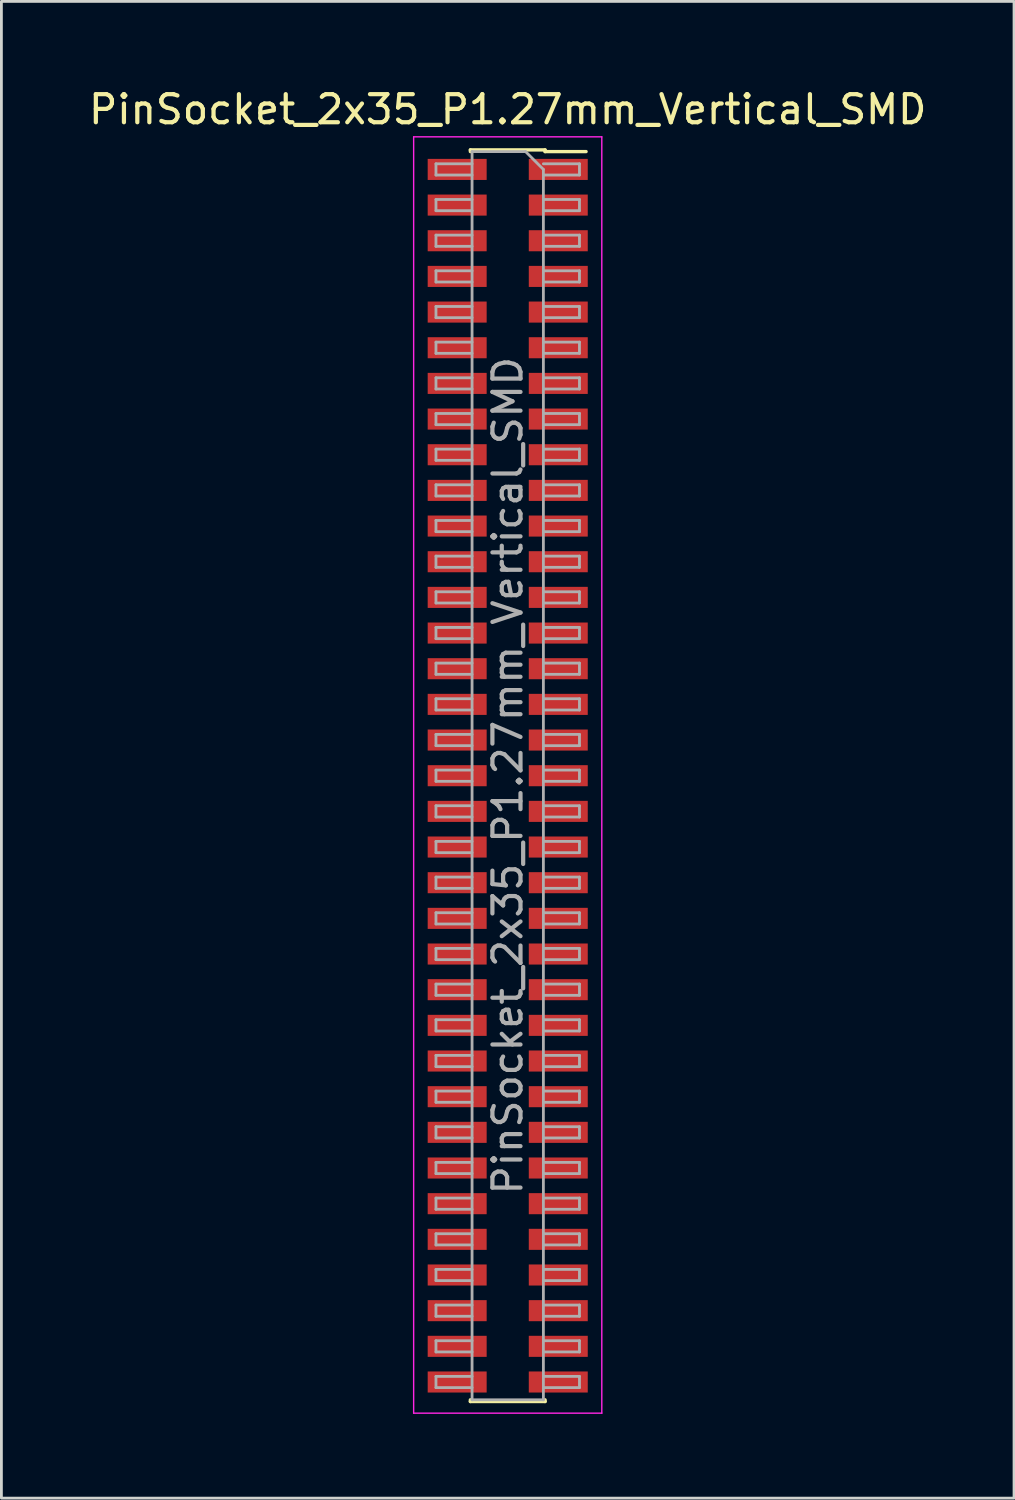
<source format=kicad_pcb>
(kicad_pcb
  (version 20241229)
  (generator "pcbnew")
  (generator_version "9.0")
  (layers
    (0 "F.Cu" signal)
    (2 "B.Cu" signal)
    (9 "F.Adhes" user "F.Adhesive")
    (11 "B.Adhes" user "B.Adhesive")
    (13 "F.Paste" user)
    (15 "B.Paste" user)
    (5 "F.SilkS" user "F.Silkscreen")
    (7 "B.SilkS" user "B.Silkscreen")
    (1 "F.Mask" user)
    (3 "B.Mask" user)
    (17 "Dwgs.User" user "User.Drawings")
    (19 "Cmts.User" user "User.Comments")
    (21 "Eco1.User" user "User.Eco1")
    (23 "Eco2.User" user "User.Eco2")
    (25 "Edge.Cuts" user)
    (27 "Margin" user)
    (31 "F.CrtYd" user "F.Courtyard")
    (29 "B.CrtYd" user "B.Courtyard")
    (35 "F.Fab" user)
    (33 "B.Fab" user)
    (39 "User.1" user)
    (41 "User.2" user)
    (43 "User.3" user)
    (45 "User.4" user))
  (footprint "PinSocket_2x35_P1.27mm_Vertical_SMD"
    (layer "F.Cu")
    (at 15.03 24.573)
    (property "Reference" "PinSocket_2x35_P1.27mm_Vertical_SMD" (at 0 -23.725 0) (layer "F.SilkS") (effects (font (size 1 1) (thickness 0.15))))
    (attr smd)
    (fp_line (start -1.33 -22.285) (end -1.33 -22.225) (stroke (width 0.12) (type solid)) (layer "F.SilkS"))
    (fp_line (start -1.33 -22.285) (end 1.33 -22.285) (stroke (width 0.12) (type solid)) (layer "F.SilkS"))
    (fp_line (start -1.33 22.225) (end -1.33 22.285) (stroke (width 0.12) (type solid)) (layer "F.SilkS"))
    (fp_line (start -1.33 22.285) (end 1.33 22.285) (stroke (width 0.12) (type solid)) (layer "F.SilkS"))
    (fp_line (start 1.33 -22.285) (end 1.33 -22.225) (stroke (width 0.12) (type solid)) (layer "F.SilkS"))
    (fp_line (start 1.33 -22.225) (end 2.79 -22.225) (stroke (width 0.12) (type solid)) (layer "F.SilkS"))
    (fp_line (start 1.33 22.225) (end 1.33 22.285) (stroke (width 0.12) (type solid)) (layer "F.SilkS"))
    (fp_line (start -3.35 -22.75) (end 3.35 -22.75) (stroke (width 0.05) (type solid)) (layer "F.CrtYd"))
    (fp_line (start -3.35 22.7) (end -3.35 -22.75) (stroke (width 0.05) (type solid)) (layer "F.CrtYd"))
    (fp_line (start 3.35 -22.75) (end 3.35 22.7) (stroke (width 0.05) (type solid)) (layer "F.CrtYd"))
    (fp_line (start 3.35 22.7) (end -3.35 22.7) (stroke (width 0.05) (type solid)) (layer "F.CrtYd"))
    (fp_line (start -2.555 -21.79) (end -1.27 -21.79) (stroke (width 0.1) (type solid)) (layer "F.Fab"))
    (fp_line (start -2.555 -21.39) (end -2.555 -21.79) (stroke (width 0.1) (type solid)) (layer "F.Fab"))
    (fp_line (start -2.555 -20.52) (end -1.27 -20.52) (stroke (width 0.1) (type solid)) (layer "F.Fab"))
    (fp_line (start -2.555 -20.12) (end -2.555 -20.52) (stroke (width 0.1) (type solid)) (layer "F.Fab"))
    (fp_line (start -2.555 -19.25) (end -1.27 -19.25) (stroke (width 0.1) (type solid)) (layer "F.Fab"))
    (fp_line (start -2.555 -18.85) (end -2.555 -19.25) (stroke (width 0.1) (type solid)) (layer "F.Fab"))
    (fp_line (start -2.555 -17.98) (end -1.27 -17.98) (stroke (width 0.1) (type solid)) (layer "F.Fab"))
    (fp_line (start -2.555 -17.58) (end -2.555 -17.98) (stroke (width 0.1) (type solid)) (layer "F.Fab"))
    (fp_line (start -2.555 -16.71) (end -1.27 -16.71) (stroke (width 0.1) (type solid)) (layer "F.Fab"))
    (fp_line (start -2.555 -16.31) (end -2.555 -16.71) (stroke (width 0.1) (type solid)) (layer "F.Fab"))
    (fp_line (start -2.555 -15.44) (end -1.27 -15.44) (stroke (width 0.1) (type solid)) (layer "F.Fab"))
    (fp_line (start -2.555 -15.04) (end -2.555 -15.44) (stroke (width 0.1) (type solid)) (layer "F.Fab"))
    (fp_line (start -2.555 -14.17) (end -1.27 -14.17) (stroke (width 0.1) (type solid)) (layer "F.Fab"))
    (fp_line (start -2.555 -13.77) (end -2.555 -14.17) (stroke (width 0.1) (type solid)) (layer "F.Fab"))
    (fp_line (start -2.555 -12.9) (end -1.27 -12.9) (stroke (width 0.1) (type solid)) (layer "F.Fab"))
    (fp_line (start -2.555 -12.5) (end -2.555 -12.9) (stroke (width 0.1) (type solid)) (layer "F.Fab"))
    (fp_line (start -2.555 -11.63) (end -1.27 -11.63) (stroke (width 0.1) (type solid)) (layer "F.Fab"))
    (fp_line (start -2.555 -11.23) (end -2.555 -11.63) (stroke (width 0.1) (type solid)) (layer "F.Fab"))
    (fp_line (start -2.555 -10.36) (end -1.27 -10.36) (stroke (width 0.1) (type solid)) (layer "F.Fab"))
    (fp_line (start -2.555 -9.96) (end -2.555 -10.36) (stroke (width 0.1) (type solid)) (layer "F.Fab"))
    (fp_line (start -2.555 -9.09) (end -1.27 -9.09) (stroke (width 0.1) (type solid)) (layer "F.Fab"))
    (fp_line (start -2.555 -8.69) (end -2.555 -9.09) (stroke (width 0.1) (type solid)) (layer "F.Fab"))
    (fp_line (start -2.555 -7.82) (end -1.27 -7.82) (stroke (width 0.1) (type solid)) (layer "F.Fab"))
    (fp_line (start -2.555 -7.42) (end -2.555 -7.82) (stroke (width 0.1) (type solid)) (layer "F.Fab"))
    (fp_line (start -2.555 -6.55) (end -1.27 -6.55) (stroke (width 0.1) (type solid)) (layer "F.Fab"))
    (fp_line (start -2.555 -6.15) (end -2.555 -6.55) (stroke (width 0.1) (type solid)) (layer "F.Fab"))
    (fp_line (start -2.555 -5.28) (end -1.27 -5.28) (stroke (width 0.1) (type solid)) (layer "F.Fab"))
    (fp_line (start -2.555 -4.88) (end -2.555 -5.28) (stroke (width 0.1) (type solid)) (layer "F.Fab"))
    (fp_line (start -2.555 -4.01) (end -1.27 -4.01) (stroke (width 0.1) (type solid)) (layer "F.Fab"))
    (fp_line (start -2.555 -3.61) (end -2.555 -4.01) (stroke (width 0.1) (type solid)) (layer "F.Fab"))
    (fp_line (start -2.555 -2.74) (end -1.27 -2.74) (stroke (width 0.1) (type solid)) (layer "F.Fab"))
    (fp_line (start -2.555 -2.34) (end -2.555 -2.74) (stroke (width 0.1) (type solid)) (layer "F.Fab"))
    (fp_line (start -2.555 -1.47) (end -1.27 -1.47) (stroke (width 0.1) (type solid)) (layer "F.Fab"))
    (fp_line (start -2.555 -1.07) (end -2.555 -1.47) (stroke (width 0.1) (type solid)) (layer "F.Fab"))
    (fp_line (start -2.555 -0.2) (end -1.27 -0.2) (stroke (width 0.1) (type solid)) (layer "F.Fab"))
    (fp_line (start -2.555 0.2) (end -2.555 -0.2) (stroke (width 0.1) (type solid)) (layer "F.Fab"))
    (fp_line (start -2.555 1.07) (end -1.27 1.07) (stroke (width 0.1) (type solid)) (layer "F.Fab"))
    (fp_line (start -2.555 1.47) (end -2.555 1.07) (stroke (width 0.1) (type solid)) (layer "F.Fab"))
    (fp_line (start -2.555 2.34) (end -1.27 2.34) (stroke (width 0.1) (type solid)) (layer "F.Fab"))
    (fp_line (start -2.555 2.74) (end -2.555 2.34) (stroke (width 0.1) (type solid)) (layer "F.Fab"))
    (fp_line (start -2.555 3.61) (end -1.27 3.61) (stroke (width 0.1) (type solid)) (layer "F.Fab"))
    (fp_line (start -2.555 4.01) (end -2.555 3.61) (stroke (width 0.1) (type solid)) (layer "F.Fab"))
    (fp_line (start -2.555 4.88) (end -1.27 4.88) (stroke (width 0.1) (type solid)) (layer "F.Fab"))
    (fp_line (start -2.555 5.28) (end -2.555 4.88) (stroke (width 0.1) (type solid)) (layer "F.Fab"))
    (fp_line (start -2.555 6.15) (end -1.27 6.15) (stroke (width 0.1) (type solid)) (layer "F.Fab"))
    (fp_line (start -2.555 6.55) (end -2.555 6.15) (stroke (width 0.1) (type solid)) (layer "F.Fab"))
    (fp_line (start -2.555 7.42) (end -1.27 7.42) (stroke (width 0.1) (type solid)) (layer "F.Fab"))
    (fp_line (start -2.555 7.82) (end -2.555 7.42) (stroke (width 0.1) (type solid)) (layer "F.Fab"))
    (fp_line (start -2.555 8.69) (end -1.27 8.69) (stroke (width 0.1) (type solid)) (layer "F.Fab"))
    (fp_line (start -2.555 9.09) (end -2.555 8.69) (stroke (width 0.1) (type solid)) (layer "F.Fab"))
    (fp_line (start -2.555 9.96) (end -1.27 9.96) (stroke (width 0.1) (type solid)) (layer "F.Fab"))
    (fp_line (start -2.555 10.36) (end -2.555 9.96) (stroke (width 0.1) (type solid)) (layer "F.Fab"))
    (fp_line (start -2.555 11.23) (end -1.27 11.23) (stroke (width 0.1) (type solid)) (layer "F.Fab"))
    (fp_line (start -2.555 11.63) (end -2.555 11.23) (stroke (width 0.1) (type solid)) (layer "F.Fab"))
    (fp_line (start -2.555 12.5) (end -1.27 12.5) (stroke (width 0.1) (type solid)) (layer "F.Fab"))
    (fp_line (start -2.555 12.9) (end -2.555 12.5) (stroke (width 0.1) (type solid)) (layer "F.Fab"))
    (fp_line (start -2.555 13.77) (end -1.27 13.77) (stroke (width 0.1) (type solid)) (layer "F.Fab"))
    (fp_line (start -2.555 14.17) (end -2.555 13.77) (stroke (width 0.1) (type solid)) (layer "F.Fab"))
    (fp_line (start -2.555 15.04) (end -1.27 15.04) (stroke (width 0.1) (type solid)) (layer "F.Fab"))
    (fp_line (start -2.555 15.44) (end -2.555 15.04) (stroke (width 0.1) (type solid)) (layer "F.Fab"))
    (fp_line (start -2.555 16.31) (end -1.27 16.31) (stroke (width 0.1) (type solid)) (layer "F.Fab"))
    (fp_line (start -2.555 16.71) (end -2.555 16.31) (stroke (width 0.1) (type solid)) (layer "F.Fab"))
    (fp_line (start -2.555 17.58) (end -1.27 17.58) (stroke (width 0.1) (type solid)) (layer "F.Fab"))
    (fp_line (start -2.555 17.98) (end -2.555 17.58) (stroke (width 0.1) (type solid)) (layer "F.Fab"))
    (fp_line (start -2.555 18.85) (end -1.27 18.85) (stroke (width 0.1) (type solid)) (layer "F.Fab"))
    (fp_line (start -2.555 19.25) (end -2.555 18.85) (stroke (width 0.1) (type solid)) (layer "F.Fab"))
    (fp_line (start -2.555 20.12) (end -1.27 20.12) (stroke (width 0.1) (type solid)) (layer "F.Fab"))
    (fp_line (start -2.555 20.52) (end -2.555 20.12) (stroke (width 0.1) (type solid)) (layer "F.Fab"))
    (fp_line (start -2.555 21.39) (end -1.27 21.39) (stroke (width 0.1) (type solid)) (layer "F.Fab"))
    (fp_line (start -2.555 21.79) (end -2.555 21.39) (stroke (width 0.1) (type solid)) (layer "F.Fab"))
    (fp_line (start -1.27 -22.225) (end 0.635 -22.225) (stroke (width 0.1) (type solid)) (layer "F.Fab"))
    (fp_line (start -1.27 -21.39) (end -2.555 -21.39) (stroke (width 0.1) (type solid)) (layer "F.Fab"))
    (fp_line (start -1.27 -20.12) (end -2.555 -20.12) (stroke (width 0.1) (type solid)) (layer "F.Fab"))
    (fp_line (start -1.27 -18.85) (end -2.555 -18.85) (stroke (width 0.1) (type solid)) (layer "F.Fab"))
    (fp_line (start -1.27 -17.58) (end -2.555 -17.58) (stroke (width 0.1) (type solid)) (layer "F.Fab"))
    (fp_line (start -1.27 -16.31) (end -2.555 -16.31) (stroke (width 0.1) (type solid)) (layer "F.Fab"))
    (fp_line (start -1.27 -15.04) (end -2.555 -15.04) (stroke (width 0.1) (type solid)) (layer "F.Fab"))
    (fp_line (start -1.27 -13.77) (end -2.555 -13.77) (stroke (width 0.1) (type solid)) (layer "F.Fab"))
    (fp_line (start -1.27 -12.5) (end -2.555 -12.5) (stroke (width 0.1) (type solid)) (layer "F.Fab"))
    (fp_line (start -1.27 -11.23) (end -2.555 -11.23) (stroke (width 0.1) (type solid)) (layer "F.Fab"))
    (fp_line (start -1.27 -9.96) (end -2.555 -9.96) (stroke (width 0.1) (type solid)) (layer "F.Fab"))
    (fp_line (start -1.27 -8.69) (end -2.555 -8.69) (stroke (width 0.1) (type solid)) (layer "F.Fab"))
    (fp_line (start -1.27 -7.42) (end -2.555 -7.42) (stroke (width 0.1) (type solid)) (layer "F.Fab"))
    (fp_line (start -1.27 -6.15) (end -2.555 -6.15) (stroke (width 0.1) (type solid)) (layer "F.Fab"))
    (fp_line (start -1.27 -4.88) (end -2.555 -4.88) (stroke (width 0.1) (type solid)) (layer "F.Fab"))
    (fp_line (start -1.27 -3.61) (end -2.555 -3.61) (stroke (width 0.1) (type solid)) (layer "F.Fab"))
    (fp_line (start -1.27 -2.34) (end -2.555 -2.34) (stroke (width 0.1) (type solid)) (layer "F.Fab"))
    (fp_line (start -1.27 -1.07) (end -2.555 -1.07) (stroke (width 0.1) (type solid)) (layer "F.Fab"))
    (fp_line (start -1.27 0.2) (end -2.555 0.2) (stroke (width 0.1) (type solid)) (layer "F.Fab"))
    (fp_line (start -1.27 1.47) (end -2.555 1.47) (stroke (width 0.1) (type solid)) (layer "F.Fab"))
    (fp_line (start -1.27 2.74) (end -2.555 2.74) (stroke (width 0.1) (type solid)) (layer "F.Fab"))
    (fp_line (start -1.27 4.01) (end -2.555 4.01) (stroke (width 0.1) (type solid)) (layer "F.Fab"))
    (fp_line (start -1.27 5.28) (end -2.555 5.28) (stroke (width 0.1) (type solid)) (layer "F.Fab"))
    (fp_line (start -1.27 6.55) (end -2.555 6.55) (stroke (width 0.1) (type solid)) (layer "F.Fab"))
    (fp_line (start -1.27 7.82) (end -2.555 7.82) (stroke (width 0.1) (type solid)) (layer "F.Fab"))
    (fp_line (start -1.27 9.09) (end -2.555 9.09) (stroke (width 0.1) (type solid)) (layer "F.Fab"))
    (fp_line (start -1.27 10.36) (end -2.555 10.36) (stroke (width 0.1) (type solid)) (layer "F.Fab"))
    (fp_line (start -1.27 11.63) (end -2.555 11.63) (stroke (width 0.1) (type solid)) (layer "F.Fab"))
    (fp_line (start -1.27 12.9) (end -2.555 12.9) (stroke (width 0.1) (type solid)) (layer "F.Fab"))
    (fp_line (start -1.27 14.17) (end -2.555 14.17) (stroke (width 0.1) (type solid)) (layer "F.Fab"))
    (fp_line (start -1.27 15.44) (end -2.555 15.44) (stroke (width 0.1) (type solid)) (layer "F.Fab"))
    (fp_line (start -1.27 16.71) (end -2.555 16.71) (stroke (width 0.1) (type solid)) (layer "F.Fab"))
    (fp_line (start -1.27 17.98) (end -2.555 17.98) (stroke (width 0.1) (type solid)) (layer "F.Fab"))
    (fp_line (start -1.27 19.25) (end -2.555 19.25) (stroke (width 0.1) (type solid)) (layer "F.Fab"))
    (fp_line (start -1.27 20.52) (end -2.555 20.52) (stroke (width 0.1) (type solid)) (layer "F.Fab"))
    (fp_line (start -1.27 21.79) (end -2.555 21.79) (stroke (width 0.1) (type solid)) (layer "F.Fab"))
    (fp_line (start -1.27 22.225) (end -1.27 -22.225) (stroke (width 0.1) (type solid)) (layer "F.Fab"))
    (fp_line (start 0.635 -22.225) (end 1.27 -21.59) (stroke (width 0.1) (type solid)) (layer "F.Fab"))
    (fp_line (start 1.27 -21.79) (end 2.555 -21.79) (stroke (width 0.1) (type solid)) (layer "F.Fab"))
    (fp_line (start 1.27 -21.59) (end 1.27 22.225) (stroke (width 0.1) (type solid)) (layer "F.Fab"))
    (fp_line (start 1.27 -20.52) (end 2.555 -20.52) (stroke (width 0.1) (type solid)) (layer "F.Fab"))
    (fp_line (start 1.27 -19.25) (end 2.555 -19.25) (stroke (width 0.1) (type solid)) (layer "F.Fab"))
    (fp_line (start 1.27 -17.98) (end 2.555 -17.98) (stroke (width 0.1) (type solid)) (layer "F.Fab"))
    (fp_line (start 1.27 -16.71) (end 2.555 -16.71) (stroke (width 0.1) (type solid)) (layer "F.Fab"))
    (fp_line (start 1.27 -15.44) (end 2.555 -15.44) (stroke (width 0.1) (type solid)) (layer "F.Fab"))
    (fp_line (start 1.27 -14.17) (end 2.555 -14.17) (stroke (width 0.1) (type solid)) (layer "F.Fab"))
    (fp_line (start 1.27 -12.9) (end 2.555 -12.9) (stroke (width 0.1) (type solid)) (layer "F.Fab"))
    (fp_line (start 1.27 -11.63) (end 2.555 -11.63) (stroke (width 0.1) (type solid)) (layer "F.Fab"))
    (fp_line (start 1.27 -10.36) (end 2.555 -10.36) (stroke (width 0.1) (type solid)) (layer "F.Fab"))
    (fp_line (start 1.27 -9.09) (end 2.555 -9.09) (stroke (width 0.1) (type solid)) (layer "F.Fab"))
    (fp_line (start 1.27 -7.82) (end 2.555 -7.82) (stroke (width 0.1) (type solid)) (layer "F.Fab"))
    (fp_line (start 1.27 -6.55) (end 2.555 -6.55) (stroke (width 0.1) (type solid)) (layer "F.Fab"))
    (fp_line (start 1.27 -5.28) (end 2.555 -5.28) (stroke (width 0.1) (type solid)) (layer "F.Fab"))
    (fp_line (start 1.27 -4.01) (end 2.555 -4.01) (stroke (width 0.1) (type solid)) (layer "F.Fab"))
    (fp_line (start 1.27 -2.74) (end 2.555 -2.74) (stroke (width 0.1) (type solid)) (layer "F.Fab"))
    (fp_line (start 1.27 -1.47) (end 2.555 -1.47) (stroke (width 0.1) (type solid)) (layer "F.Fab"))
    (fp_line (start 1.27 -0.2) (end 2.555 -0.2) (stroke (width 0.1) (type solid)) (layer "F.Fab"))
    (fp_line (start 1.27 1.07) (end 2.555 1.07) (stroke (width 0.1) (type solid)) (layer "F.Fab"))
    (fp_line (start 1.27 2.34) (end 2.555 2.34) (stroke (width 0.1) (type solid)) (layer "F.Fab"))
    (fp_line (start 1.27 3.61) (end 2.555 3.61) (stroke (width 0.1) (type solid)) (layer "F.Fab"))
    (fp_line (start 1.27 4.88) (end 2.555 4.88) (stroke (width 0.1) (type solid)) (layer "F.Fab"))
    (fp_line (start 1.27 6.15) (end 2.555 6.15) (stroke (width 0.1) (type solid)) (layer "F.Fab"))
    (fp_line (start 1.27 7.42) (end 2.555 7.42) (stroke (width 0.1) (type solid)) (layer "F.Fab"))
    (fp_line (start 1.27 8.69) (end 2.555 8.69) (stroke (width 0.1) (type solid)) (layer "F.Fab"))
    (fp_line (start 1.27 9.96) (end 2.555 9.96) (stroke (width 0.1) (type solid)) (layer "F.Fab"))
    (fp_line (start 1.27 11.23) (end 2.555 11.23) (stroke (width 0.1) (type solid)) (layer "F.Fab"))
    (fp_line (start 1.27 12.5) (end 2.555 12.5) (stroke (width 0.1) (type solid)) (layer "F.Fab"))
    (fp_line (start 1.27 13.77) (end 2.555 13.77) (stroke (width 0.1) (type solid)) (layer "F.Fab"))
    (fp_line (start 1.27 15.04) (end 2.555 15.04) (stroke (width 0.1) (type solid)) (layer "F.Fab"))
    (fp_line (start 1.27 16.31) (end 2.555 16.31) (stroke (width 0.1) (type solid)) (layer "F.Fab"))
    (fp_line (start 1.27 17.58) (end 2.555 17.58) (stroke (width 0.1) (type solid)) (layer "F.Fab"))
    (fp_line (start 1.27 18.85) (end 2.555 18.85) (stroke (width 0.1) (type solid)) (layer "F.Fab"))
    (fp_line (start 1.27 20.12) (end 2.555 20.12) (stroke (width 0.1) (type solid)) (layer "F.Fab"))
    (fp_line (start 1.27 21.39) (end 2.555 21.39) (stroke (width 0.1) (type solid)) (layer "F.Fab"))
    (fp_line (start 1.27 22.225) (end -1.27 22.225) (stroke (width 0.1) (type solid)) (layer "F.Fab"))
    (fp_line (start 2.555 -21.79) (end 2.555 -21.39) (stroke (width 0.1) (type solid)) (layer "F.Fab"))
    (fp_line (start 2.555 -21.39) (end 1.27 -21.39) (stroke (width 0.1) (type solid)) (layer "F.Fab"))
    (fp_line (start 2.555 -20.52) (end 2.555 -20.12) (stroke (width 0.1) (type solid)) (layer "F.Fab"))
    (fp_line (start 2.555 -20.12) (end 1.27 -20.12) (stroke (width 0.1) (type solid)) (layer "F.Fab"))
    (fp_line (start 2.555 -19.25) (end 2.555 -18.85) (stroke (width 0.1) (type solid)) (layer "F.Fab"))
    (fp_line (start 2.555 -18.85) (end 1.27 -18.85) (stroke (width 0.1) (type solid)) (layer "F.Fab"))
    (fp_line (start 2.555 -17.98) (end 2.555 -17.58) (stroke (width 0.1) (type solid)) (layer "F.Fab"))
    (fp_line (start 2.555 -17.58) (end 1.27 -17.58) (stroke (width 0.1) (type solid)) (layer "F.Fab"))
    (fp_line (start 2.555 -16.71) (end 2.555 -16.31) (stroke (width 0.1) (type solid)) (layer "F.Fab"))
    (fp_line (start 2.555 -16.31) (end 1.27 -16.31) (stroke (width 0.1) (type solid)) (layer "F.Fab"))
    (fp_line (start 2.555 -15.44) (end 2.555 -15.04) (stroke (width 0.1) (type solid)) (layer "F.Fab"))
    (fp_line (start 2.555 -15.04) (end 1.27 -15.04) (stroke (width 0.1) (type solid)) (layer "F.Fab"))
    (fp_line (start 2.555 -14.17) (end 2.555 -13.77) (stroke (width 0.1) (type solid)) (layer "F.Fab"))
    (fp_line (start 2.555 -13.77) (end 1.27 -13.77) (stroke (width 0.1) (type solid)) (layer "F.Fab"))
    (fp_line (start 2.555 -12.9) (end 2.555 -12.5) (stroke (width 0.1) (type solid)) (layer "F.Fab"))
    (fp_line (start 2.555 -12.5) (end 1.27 -12.5) (stroke (width 0.1) (type solid)) (layer "F.Fab"))
    (fp_line (start 2.555 -11.63) (end 2.555 -11.23) (stroke (width 0.1) (type solid)) (layer "F.Fab"))
    (fp_line (start 2.555 -11.23) (end 1.27 -11.23) (stroke (width 0.1) (type solid)) (layer "F.Fab"))
    (fp_line (start 2.555 -10.36) (end 2.555 -9.96) (stroke (width 0.1) (type solid)) (layer "F.Fab"))
    (fp_line (start 2.555 -9.96) (end 1.27 -9.96) (stroke (width 0.1) (type solid)) (layer "F.Fab"))
    (fp_line (start 2.555 -9.09) (end 2.555 -8.69) (stroke (width 0.1) (type solid)) (layer "F.Fab"))
    (fp_line (start 2.555 -8.69) (end 1.27 -8.69) (stroke (width 0.1) (type solid)) (layer "F.Fab"))
    (fp_line (start 2.555 -7.82) (end 2.555 -7.42) (stroke (width 0.1) (type solid)) (layer "F.Fab"))
    (fp_line (start 2.555 -7.42) (end 1.27 -7.42) (stroke (width 0.1) (type solid)) (layer "F.Fab"))
    (fp_line (start 2.555 -6.55) (end 2.555 -6.15) (stroke (width 0.1) (type solid)) (layer "F.Fab"))
    (fp_line (start 2.555 -6.15) (end 1.27 -6.15) (stroke (width 0.1) (type solid)) (layer "F.Fab"))
    (fp_line (start 2.555 -5.28) (end 2.555 -4.88) (stroke (width 0.1) (type solid)) (layer "F.Fab"))
    (fp_line (start 2.555 -4.88) (end 1.27 -4.88) (stroke (width 0.1) (type solid)) (layer "F.Fab"))
    (fp_line (start 2.555 -4.01) (end 2.555 -3.61) (stroke (width 0.1) (type solid)) (layer "F.Fab"))
    (fp_line (start 2.555 -3.61) (end 1.27 -3.61) (stroke (width 0.1) (type solid)) (layer "F.Fab"))
    (fp_line (start 2.555 -2.74) (end 2.555 -2.34) (stroke (width 0.1) (type solid)) (layer "F.Fab"))
    (fp_line (start 2.555 -2.34) (end 1.27 -2.34) (stroke (width 0.1) (type solid)) (layer "F.Fab"))
    (fp_line (start 2.555 -1.47) (end 2.555 -1.07) (stroke (width 0.1) (type solid)) (layer "F.Fab"))
    (fp_line (start 2.555 -1.07) (end 1.27 -1.07) (stroke (width 0.1) (type solid)) (layer "F.Fab"))
    (fp_line (start 2.555 -0.2) (end 2.555 0.2) (stroke (width 0.1) (type solid)) (layer "F.Fab"))
    (fp_line (start 2.555 0.2) (end 1.27 0.2) (stroke (width 0.1) (type solid)) (layer "F.Fab"))
    (fp_line (start 2.555 1.07) (end 2.555 1.47) (stroke (width 0.1) (type solid)) (layer "F.Fab"))
    (fp_line (start 2.555 1.47) (end 1.27 1.47) (stroke (width 0.1) (type solid)) (layer "F.Fab"))
    (fp_line (start 2.555 2.34) (end 2.555 2.74) (stroke (width 0.1) (type solid)) (layer "F.Fab"))
    (fp_line (start 2.555 2.74) (end 1.27 2.74) (stroke (width 0.1) (type solid)) (layer "F.Fab"))
    (fp_line (start 2.555 3.61) (end 2.555 4.01) (stroke (width 0.1) (type solid)) (layer "F.Fab"))
    (fp_line (start 2.555 4.01) (end 1.27 4.01) (stroke (width 0.1) (type solid)) (layer "F.Fab"))
    (fp_line (start 2.555 4.88) (end 2.555 5.28) (stroke (width 0.1) (type solid)) (layer "F.Fab"))
    (fp_line (start 2.555 5.28) (end 1.27 5.28) (stroke (width 0.1) (type solid)) (layer "F.Fab"))
    (fp_line (start 2.555 6.15) (end 2.555 6.55) (stroke (width 0.1) (type solid)) (layer "F.Fab"))
    (fp_line (start 2.555 6.55) (end 1.27 6.55) (stroke (width 0.1) (type solid)) (layer "F.Fab"))
    (fp_line (start 2.555 7.42) (end 2.555 7.82) (stroke (width 0.1) (type solid)) (layer "F.Fab"))
    (fp_line (start 2.555 7.82) (end 1.27 7.82) (stroke (width 0.1) (type solid)) (layer "F.Fab"))
    (fp_line (start 2.555 8.69) (end 2.555 9.09) (stroke (width 0.1) (type solid)) (layer "F.Fab"))
    (fp_line (start 2.555 9.09) (end 1.27 9.09) (stroke (width 0.1) (type solid)) (layer "F.Fab"))
    (fp_line (start 2.555 9.96) (end 2.555 10.36) (stroke (width 0.1) (type solid)) (layer "F.Fab"))
    (fp_line (start 2.555 10.36) (end 1.27 10.36) (stroke (width 0.1) (type solid)) (layer "F.Fab"))
    (fp_line (start 2.555 11.23) (end 2.555 11.63) (stroke (width 0.1) (type solid)) (layer "F.Fab"))
    (fp_line (start 2.555 11.63) (end 1.27 11.63) (stroke (width 0.1) (type solid)) (layer "F.Fab"))
    (fp_line (start 2.555 12.5) (end 2.555 12.9) (stroke (width 0.1) (type solid)) (layer "F.Fab"))
    (fp_line (start 2.555 12.9) (end 1.27 12.9) (stroke (width 0.1) (type solid)) (layer "F.Fab"))
    (fp_line (start 2.555 13.77) (end 2.555 14.17) (stroke (width 0.1) (type solid)) (layer "F.Fab"))
    (fp_line (start 2.555 14.17) (end 1.27 14.17) (stroke (width 0.1) (type solid)) (layer "F.Fab"))
    (fp_line (start 2.555 15.04) (end 2.555 15.44) (stroke (width 0.1) (type solid)) (layer "F.Fab"))
    (fp_line (start 2.555 15.44) (end 1.27 15.44) (stroke (width 0.1) (type solid)) (layer "F.Fab"))
    (fp_line (start 2.555 16.31) (end 2.555 16.71) (stroke (width 0.1) (type solid)) (layer "F.Fab"))
    (fp_line (start 2.555 16.71) (end 1.27 16.71) (stroke (width 0.1) (type solid)) (layer "F.Fab"))
    (fp_line (start 2.555 17.58) (end 2.555 17.98) (stroke (width 0.1) (type solid)) (layer "F.Fab"))
    (fp_line (start 2.555 17.98) (end 1.27 17.98) (stroke (width 0.1) (type solid)) (layer "F.Fab"))
    (fp_line (start 2.555 18.85) (end 2.555 19.25) (stroke (width 0.1) (type solid)) (layer "F.Fab"))
    (fp_line (start 2.555 19.25) (end 1.27 19.25) (stroke (width 0.1) (type solid)) (layer "F.Fab"))
    (fp_line (start 2.555 20.12) (end 2.555 20.52) (stroke (width 0.1) (type solid)) (layer "F.Fab"))
    (fp_line (start 2.555 20.52) (end 1.27 20.52) (stroke (width 0.1) (type solid)) (layer "F.Fab"))
    (fp_line (start 2.555 21.39) (end 2.555 21.79) (stroke (width 0.1) (type solid)) (layer "F.Fab"))
    (fp_line (start 2.555 21.79) (end 1.27 21.79) (stroke (width 0.1) (type solid)) (layer "F.Fab"))
    (fp_text user "${REFERENCE}" (at 0 0 90) (layer "F.Fab") (effects (font (size 1 1) (thickness 0.15))))
    (pad "1" smd rect (at 1.8 -21.59) (size 2.1 0.75) (layers "F.Cu" "F.Mask" "F.Paste"))
    (pad "2" smd rect (at -1.8 -21.59) (size 2.1 0.75) (layers "F.Cu" "F.Mask" "F.Paste"))
    (pad "3" smd rect (at 1.8 -20.32) (size 2.1 0.75) (layers "F.Cu" "F.Mask" "F.Paste"))
    (pad "4" smd rect (at -1.8 -20.32) (size 2.1 0.75) (layers "F.Cu" "F.Mask" "F.Paste"))
    (pad "5" smd rect (at 1.8 -19.05) (size 2.1 0.75) (layers "F.Cu" "F.Mask" "F.Paste"))
    (pad "6" smd rect (at -1.8 -19.05) (size 2.1 0.75) (layers "F.Cu" "F.Mask" "F.Paste"))
    (pad "7" smd rect (at 1.8 -17.78) (size 2.1 0.75) (layers "F.Cu" "F.Mask" "F.Paste"))
    (pad "8" smd rect (at -1.8 -17.78) (size 2.1 0.75) (layers "F.Cu" "F.Mask" "F.Paste"))
    (pad "9" smd rect (at 1.8 -16.51) (size 2.1 0.75) (layers "F.Cu" "F.Mask" "F.Paste"))
    (pad "10" smd rect (at -1.8 -16.51) (size 2.1 0.75) (layers "F.Cu" "F.Mask" "F.Paste"))
    (pad "11" smd rect (at 1.8 -15.24) (size 2.1 0.75) (layers "F.Cu" "F.Mask" "F.Paste"))
    (pad "12" smd rect (at -1.8 -15.24) (size 2.1 0.75) (layers "F.Cu" "F.Mask" "F.Paste"))
    (pad "13" smd rect (at 1.8 -13.97) (size 2.1 0.75) (layers "F.Cu" "F.Mask" "F.Paste"))
    (pad "14" smd rect (at -1.8 -13.97) (size 2.1 0.75) (layers "F.Cu" "F.Mask" "F.Paste"))
    (pad "15" smd rect (at 1.8 -12.7) (size 2.1 0.75) (layers "F.Cu" "F.Mask" "F.Paste"))
    (pad "16" smd rect (at -1.8 -12.7) (size 2.1 0.75) (layers "F.Cu" "F.Mask" "F.Paste"))
    (pad "17" smd rect (at 1.8 -11.43) (size 2.1 0.75) (layers "F.Cu" "F.Mask" "F.Paste"))
    (pad "18" smd rect (at -1.8 -11.43) (size 2.1 0.75) (layers "F.Cu" "F.Mask" "F.Paste"))
    (pad "19" smd rect (at 1.8 -10.16) (size 2.1 0.75) (layers "F.Cu" "F.Mask" "F.Paste"))
    (pad "20" smd rect (at -1.8 -10.16) (size 2.1 0.75) (layers "F.Cu" "F.Mask" "F.Paste"))
    (pad "21" smd rect (at 1.8 -8.89) (size 2.1 0.75) (layers "F.Cu" "F.Mask" "F.Paste"))
    (pad "22" smd rect (at -1.8 -8.89) (size 2.1 0.75) (layers "F.Cu" "F.Mask" "F.Paste"))
    (pad "23" smd rect (at 1.8 -7.62) (size 2.1 0.75) (layers "F.Cu" "F.Mask" "F.Paste"))
    (pad "24" smd rect (at -1.8 -7.62) (size 2.1 0.75) (layers "F.Cu" "F.Mask" "F.Paste"))
    (pad "25" smd rect (at 1.8 -6.35) (size 2.1 0.75) (layers "F.Cu" "F.Mask" "F.Paste"))
    (pad "26" smd rect (at -1.8 -6.35) (size 2.1 0.75) (layers "F.Cu" "F.Mask" "F.Paste"))
    (pad "27" smd rect (at 1.8 -5.08) (size 2.1 0.75) (layers "F.Cu" "F.Mask" "F.Paste"))
    (pad "28" smd rect (at -1.8 -5.08) (size 2.1 0.75) (layers "F.Cu" "F.Mask" "F.Paste"))
    (pad "29" smd rect (at 1.8 -3.81) (size 2.1 0.75) (layers "F.Cu" "F.Mask" "F.Paste"))
    (pad "30" smd rect (at -1.8 -3.81) (size 2.1 0.75) (layers "F.Cu" "F.Mask" "F.Paste"))
    (pad "31" smd rect (at 1.8 -2.54) (size 2.1 0.75) (layers "F.Cu" "F.Mask" "F.Paste"))
    (pad "32" smd rect (at -1.8 -2.54) (size 2.1 0.75) (layers "F.Cu" "F.Mask" "F.Paste"))
    (pad "33" smd rect (at 1.8 -1.27) (size 2.1 0.75) (layers "F.Cu" "F.Mask" "F.Paste"))
    (pad "34" smd rect (at -1.8 -1.27) (size 2.1 0.75) (layers "F.Cu" "F.Mask" "F.Paste"))
    (pad "35" smd rect (at 1.8 0) (size 2.1 0.75) (layers "F.Cu" "F.Mask" "F.Paste"))
    (pad "36" smd rect (at -1.8 0) (size 2.1 0.75) (layers "F.Cu" "F.Mask" "F.Paste"))
    (pad "37" smd rect (at 1.8 1.27) (size 2.1 0.75) (layers "F.Cu" "F.Mask" "F.Paste"))
    (pad "38" smd rect (at -1.8 1.27) (size 2.1 0.75) (layers "F.Cu" "F.Mask" "F.Paste"))
    (pad "39" smd rect (at 1.8 2.54) (size 2.1 0.75) (layers "F.Cu" "F.Mask" "F.Paste"))
    (pad "40" smd rect (at -1.8 2.54) (size 2.1 0.75) (layers "F.Cu" "F.Mask" "F.Paste"))
    (pad "41" smd rect (at 1.8 3.81) (size 2.1 0.75) (layers "F.Cu" "F.Mask" "F.Paste"))
    (pad "42" smd rect (at -1.8 3.81) (size 2.1 0.75) (layers "F.Cu" "F.Mask" "F.Paste"))
    (pad "43" smd rect (at 1.8 5.08) (size 2.1 0.75) (layers "F.Cu" "F.Mask" "F.Paste"))
    (pad "44" smd rect (at -1.8 5.08) (size 2.1 0.75) (layers "F.Cu" "F.Mask" "F.Paste"))
    (pad "45" smd rect (at 1.8 6.35) (size 2.1 0.75) (layers "F.Cu" "F.Mask" "F.Paste"))
    (pad "46" smd rect (at -1.8 6.35) (size 2.1 0.75) (layers "F.Cu" "F.Mask" "F.Paste"))
    (pad "47" smd rect (at 1.8 7.62) (size 2.1 0.75) (layers "F.Cu" "F.Mask" "F.Paste"))
    (pad "48" smd rect (at -1.8 7.62) (size 2.1 0.75) (layers "F.Cu" "F.Mask" "F.Paste"))
    (pad "49" smd rect (at 1.8 8.89) (size 2.1 0.75) (layers "F.Cu" "F.Mask" "F.Paste"))
    (pad "50" smd rect (at -1.8 8.89) (size 2.1 0.75) (layers "F.Cu" "F.Mask" "F.Paste"))
    (pad "51" smd rect (at 1.8 10.16) (size 2.1 0.75) (layers "F.Cu" "F.Mask" "F.Paste"))
    (pad "52" smd rect (at -1.8 10.16) (size 2.1 0.75) (layers "F.Cu" "F.Mask" "F.Paste"))
    (pad "53" smd rect (at 1.8 11.43) (size 2.1 0.75) (layers "F.Cu" "F.Mask" "F.Paste"))
    (pad "54" smd rect (at -1.8 11.43) (size 2.1 0.75) (layers "F.Cu" "F.Mask" "F.Paste"))
    (pad "55" smd rect (at 1.8 12.7) (size 2.1 0.75) (layers "F.Cu" "F.Mask" "F.Paste"))
    (pad "56" smd rect (at -1.8 12.7) (size 2.1 0.75) (layers "F.Cu" "F.Mask" "F.Paste"))
    (pad "57" smd rect (at 1.8 13.97) (size 2.1 0.75) (layers "F.Cu" "F.Mask" "F.Paste"))
    (pad "58" smd rect (at -1.8 13.97) (size 2.1 0.75) (layers "F.Cu" "F.Mask" "F.Paste"))
    (pad "59" smd rect (at 1.8 15.24) (size 2.1 0.75) (layers "F.Cu" "F.Mask" "F.Paste"))
    (pad "60" smd rect (at -1.8 15.24) (size 2.1 0.75) (layers "F.Cu" "F.Mask" "F.Paste"))
    (pad "61" smd rect (at 1.8 16.51) (size 2.1 0.75) (layers "F.Cu" "F.Mask" "F.Paste"))
    (pad "62" smd rect (at -1.8 16.51) (size 2.1 0.75) (layers "F.Cu" "F.Mask" "F.Paste"))
    (pad "63" smd rect (at 1.8 17.78) (size 2.1 0.75) (layers "F.Cu" "F.Mask" "F.Paste"))
    (pad "64" smd rect (at -1.8 17.78) (size 2.1 0.75) (layers "F.Cu" "F.Mask" "F.Paste"))
    (pad "65" smd rect (at 1.8 19.05) (size 2.1 0.75) (layers "F.Cu" "F.Mask" "F.Paste"))
    (pad "66" smd rect (at -1.8 19.05) (size 2.1 0.75) (layers "F.Cu" "F.Mask" "F.Paste"))
    (pad "67" smd rect (at 1.8 20.32) (size 2.1 0.75) (layers "F.Cu" "F.Mask" "F.Paste"))
    (pad "68" smd rect (at -1.8 20.32) (size 2.1 0.75) (layers "F.Cu" "F.Mask" "F.Paste"))
    (pad "69" smd rect (at 1.8 21.59) (size 2.1 0.75) (layers "F.Cu" "F.Mask" "F.Paste"))
    (pad "70" smd rect (at -1.8 21.59) (size 2.1 0.75) (layers "F.Cu" "F.Mask" "F.Paste")))
  (gr_rect
    (start -3 -3)
    (end 33.06 50.298)
    (stroke (width 0.1) (type default))
    (fill no)
    (layer "Edge.Cuts")))
</source>
